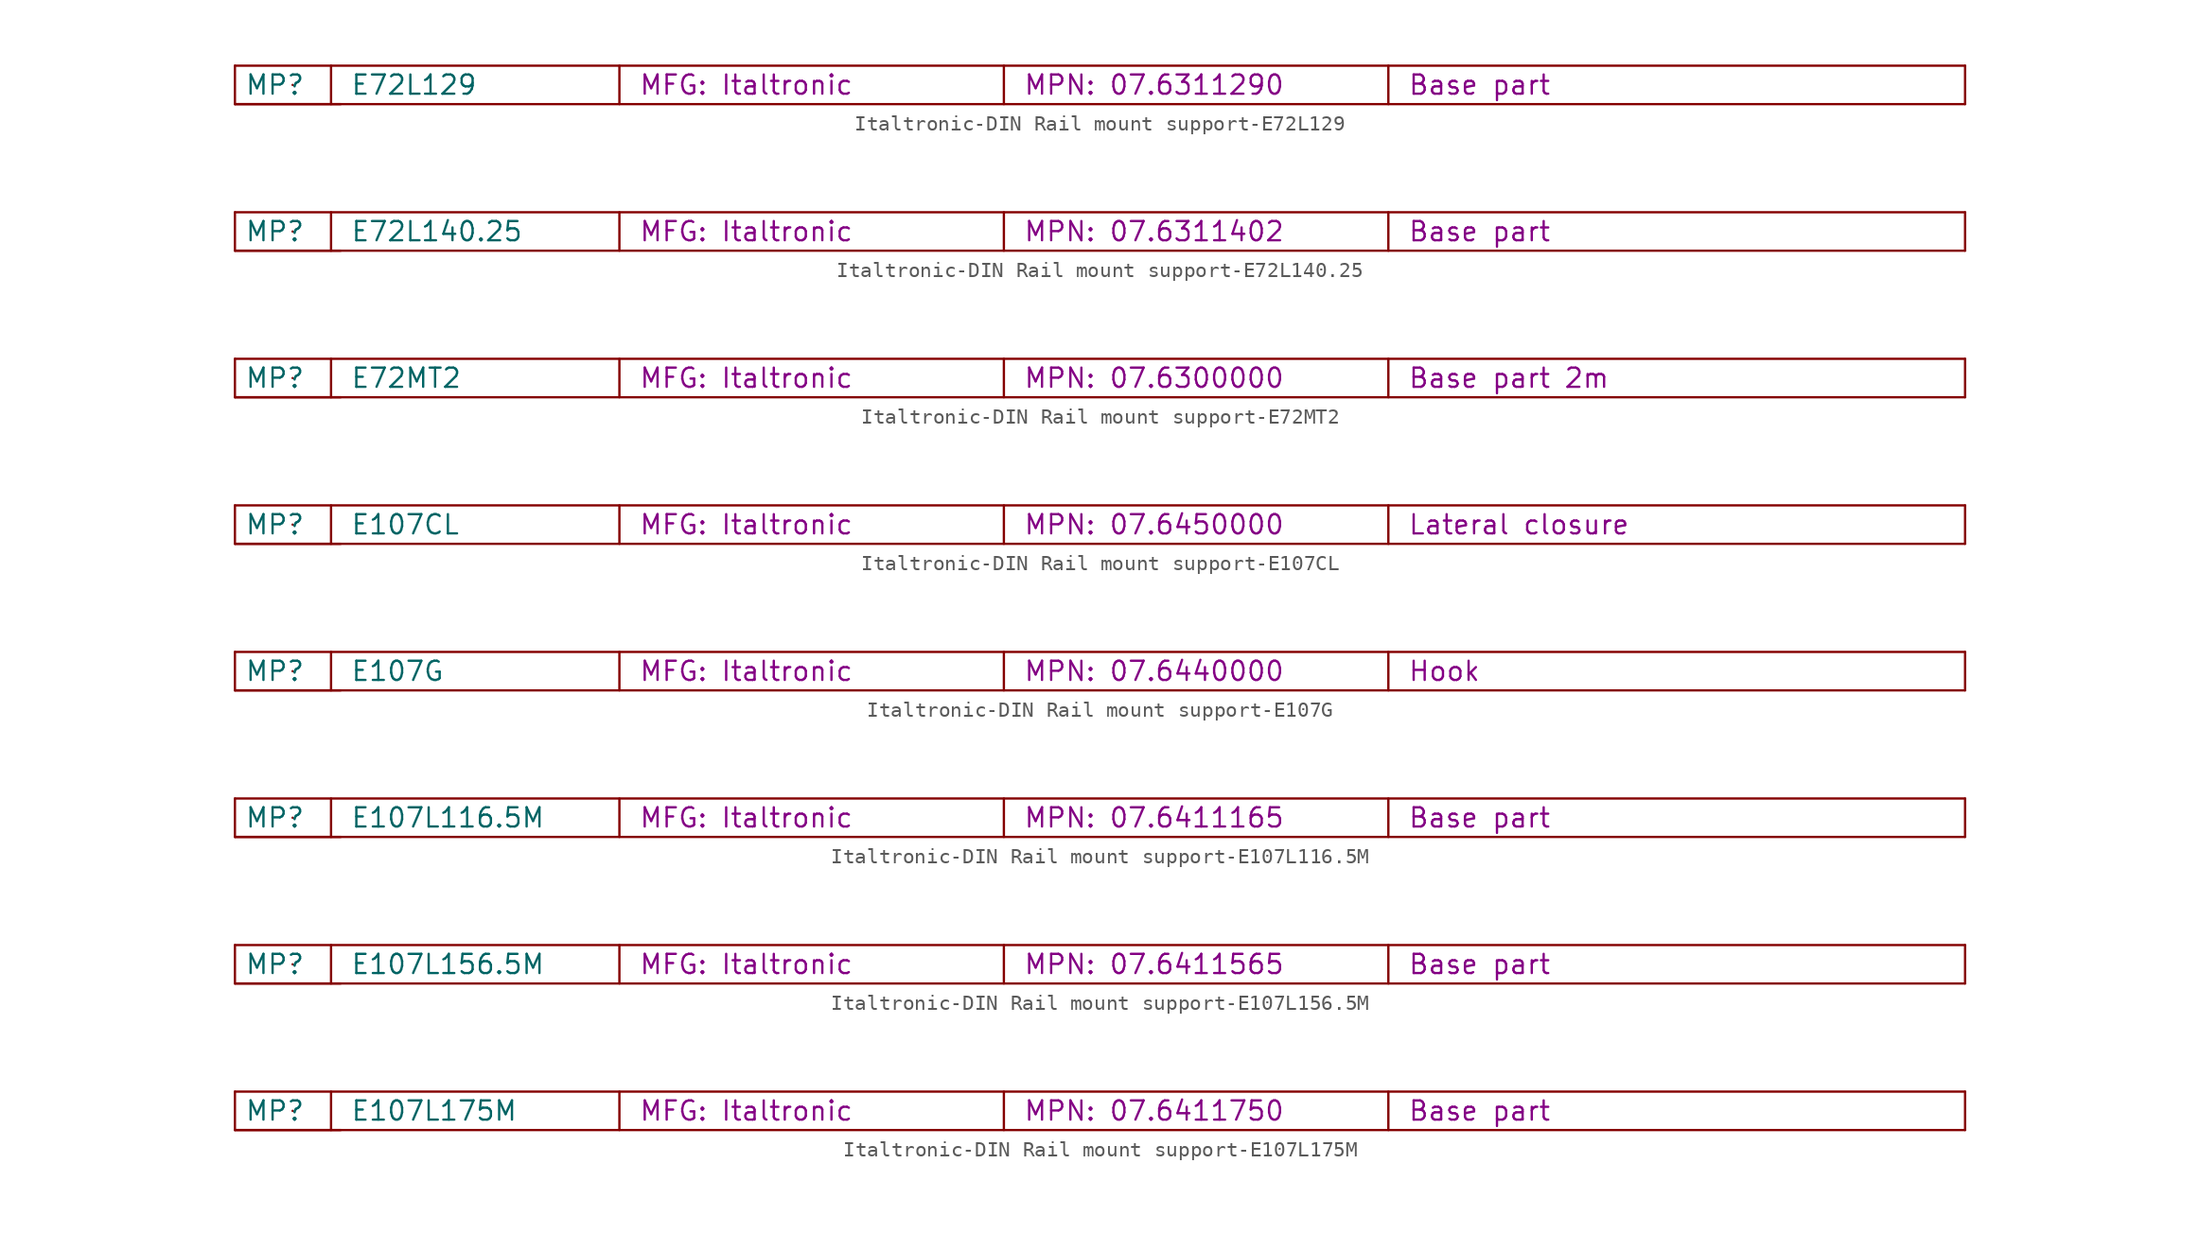
<source format=kicad_sym>
(kicad_symbol_lib
  (version 20241209)
  (generator "kicad_symbol_editor")
  (generator_version "9.0")
  (symbol "Italtronic-DIN Rail mount support-E72L129"
    (pin_numbers
      (hide yes))
    (pin_names
      (offset 0)
      (hide yes))
    (property "Reference" "MP"
      (at 0.635 1.27 0)
      (do_not_autoplace)
      (effects (font (size 1.27 1.27)) (justify left)))
    (property "Value" "E72L129"
      (at 7.62 1.27 0)
      (do_not_autoplace)
      (effects (font (size 1.27 1.27)) (justify left)))
    (property "MFG" "Italtronic"
      (at 26.67 1.27 0)
      (show_name)
      (do_not_autoplace)
      (effects (font (size 1.27 1.27)) (justify left)))
    (property "MPN" "07.6311290"
      (at 52.07 1.27 0)
      (show_name)
      (do_not_autoplace)
      (effects (font (size 1.27 1.27)) (justify left)))
    (property "Z-SYSCODE" ""
      (at 6.985 1.27 0)
      (do_not_autoplace)
      (effects (font (size 1.27 1.27)) (justify left)))
    (property "Comment" "Base part"
      (at 77.47 1.27 0)
      (effects (font (size 1.27 1.27)) (justify left)))
    (symbol "Italtronic-DIN Rail mount support-E72L129_0_1"
      (polyline (pts (xy 0 0) (xy 0 2.54)) (stroke (width 0.152) (type default)) (fill (type none)))
      (rectangle (start 3.81 1.27) (end 3.81 1.27) (stroke (width 0.152) (type default)) (fill (type none)))
      (polyline (pts (xy 6.35 0) (xy 6.35 2.54)) (stroke (width 0.152) (type default)) (fill (type none)))
      (polyline (pts (xy 6.985 0) (xy 0 0)) (stroke (width 0.152) (type default)) (fill (type none)))
      (polyline (pts (xy 25.4 0) (xy 25.4 2.54)) (stroke (width 0.152) (type default)) (fill (type none)))
      (polyline (pts (xy 50.8 0) (xy 50.8 2.54)) (stroke (width 0.152) (type default)) (fill (type none)))
      (polyline (pts (xy 76.2 0) (xy 76.2 2.54)) (stroke (width 0.152) (type default)) (fill (type none)))
      (polyline (pts (xy 114.3 2.54) (xy 0 2.54)) (stroke (width 0.152) (type default)) (fill (type none)))
      (polyline (pts (xy 114.3 0) (xy 0 0)) (stroke (width 0.152) (type default)) (fill (type none)))
      (polyline (pts (xy 114.3 0) (xy 114.3 2.54)) (stroke (width 0.152) (type default)) (fill (type none)))))
  (symbol "Italtronic-DIN Rail mount support-E72L140.25"
    (pin_numbers
      (hide yes))
    (pin_names
      (offset 0)
      (hide yes))
    (property "Reference" "MP"
      (at 0.635 1.27 0)
      (do_not_autoplace)
      (effects (font (size 1.27 1.27)) (justify left)))
    (property "Value" "E72L140.25"
      (at 7.62 1.27 0)
      (do_not_autoplace)
      (effects (font (size 1.27 1.27)) (justify left)))
    (property "MFG" "Italtronic"
      (at 26.67 1.27 0)
      (show_name)
      (do_not_autoplace)
      (effects (font (size 1.27 1.27)) (justify left)))
    (property "MPN" "07.6311402"
      (at 52.07 1.27 0)
      (show_name)
      (do_not_autoplace)
      (effects (font (size 1.27 1.27)) (justify left)))
    (property "Z-SYSCODE" ""
      (at 6.985 1.27 0)
      (do_not_autoplace)
      (effects (font (size 1.27 1.27)) (justify left)))
    (property "Comment" "Base part"
      (at 77.47 1.27 0)
      (effects (font (size 1.27 1.27)) (justify left)))
    (symbol "Italtronic-DIN Rail mount support-E72L140.25_0_1"
      (polyline (pts (xy 0 0) (xy 0 2.54)) (stroke (width 0.152) (type default)) (fill (type none)))
      (rectangle (start 3.81 1.27) (end 3.81 1.27) (stroke (width 0.152) (type default)) (fill (type none)))
      (polyline (pts (xy 6.35 0) (xy 6.35 2.54)) (stroke (width 0.152) (type default)) (fill (type none)))
      (polyline (pts (xy 6.985 0) (xy 0 0)) (stroke (width 0.152) (type default)) (fill (type none)))
      (polyline (pts (xy 25.4 0) (xy 25.4 2.54)) (stroke (width 0.152) (type default)) (fill (type none)))
      (polyline (pts (xy 50.8 0) (xy 50.8 2.54)) (stroke (width 0.152) (type default)) (fill (type none)))
      (polyline (pts (xy 76.2 0) (xy 76.2 2.54)) (stroke (width 0.152) (type default)) (fill (type none)))
      (polyline (pts (xy 114.3 2.54) (xy 0 2.54)) (stroke (width 0.152) (type default)) (fill (type none)))
      (polyline (pts (xy 114.3 0) (xy 0 0)) (stroke (width 0.152) (type default)) (fill (type none)))
      (polyline (pts (xy 114.3 0) (xy 114.3 2.54)) (stroke (width 0.152) (type default)) (fill (type none)))))
  (symbol "Italtronic-DIN Rail mount support-E72MT2"
    (pin_numbers
      (hide yes))
    (pin_names
      (offset 0)
      (hide yes))
    (property "Reference" "MP"
      (at 0.635 1.27 0)
      (do_not_autoplace)
      (effects (font (size 1.27 1.27)) (justify left)))
    (property "Value" "E72MT2"
      (at 7.62 1.27 0)
      (do_not_autoplace)
      (effects (font (size 1.27 1.27)) (justify left)))
    (property "MFG" "Italtronic"
      (at 26.67 1.27 0)
      (show_name)
      (do_not_autoplace)
      (effects (font (size 1.27 1.27)) (justify left)))
    (property "MPN" "07.6300000"
      (at 52.07 1.27 0)
      (show_name)
      (do_not_autoplace)
      (effects (font (size 1.27 1.27)) (justify left)))
    (property "Z-SYSCODE" ""
      (at 6.985 1.27 0)
      (do_not_autoplace)
      (effects (font (size 1.27 1.27)) (justify left)))
    (property "Comment" "Base part 2m"
      (at 77.47 1.27 0)
      (effects (font (size 1.27 1.27)) (justify left)))
    (symbol "Italtronic-DIN Rail mount support-E72MT2_0_1"
      (polyline (pts (xy 0 0) (xy 0 2.54)) (stroke (width 0.152) (type default)) (fill (type none)))
      (rectangle (start 3.81 1.27) (end 3.81 1.27) (stroke (width 0.152) (type default)) (fill (type none)))
      (polyline (pts (xy 6.35 0) (xy 6.35 2.54)) (stroke (width 0.152) (type default)) (fill (type none)))
      (polyline (pts (xy 6.985 0) (xy 0 0)) (stroke (width 0.152) (type default)) (fill (type none)))
      (polyline (pts (xy 25.4 0) (xy 25.4 2.54)) (stroke (width 0.152) (type default)) (fill (type none)))
      (polyline (pts (xy 50.8 0) (xy 50.8 2.54)) (stroke (width 0.152) (type default)) (fill (type none)))
      (polyline (pts (xy 76.2 0) (xy 76.2 2.54)) (stroke (width 0.152) (type default)) (fill (type none)))
      (polyline (pts (xy 114.3 2.54) (xy 0 2.54)) (stroke (width 0.152) (type default)) (fill (type none)))
      (polyline (pts (xy 114.3 0) (xy 0 0)) (stroke (width 0.152) (type default)) (fill (type none)))
      (polyline (pts (xy 114.3 0) (xy 114.3 2.54)) (stroke (width 0.152) (type default)) (fill (type none)))))
  (symbol "Italtronic-DIN Rail mount support-E107CL"
    (pin_numbers
      (hide yes))
    (pin_names
      (offset 0)
      (hide yes))
    (property "Reference" "MP"
      (at 0.635 1.27 0)
      (do_not_autoplace)
      (effects (font (size 1.27 1.27)) (justify left)))
    (property "Value" "E107CL"
      (at 7.62 1.27 0)
      (do_not_autoplace)
      (effects (font (size 1.27 1.27)) (justify left)))
    (property "MFG" "Italtronic"
      (at 26.67 1.27 0)
      (show_name)
      (do_not_autoplace)
      (effects (font (size 1.27 1.27)) (justify left)))
    (property "MPN" "07.6450000"
      (at 52.07 1.27 0)
      (show_name)
      (do_not_autoplace)
      (effects (font (size 1.27 1.27)) (justify left)))
    (property "Z-SYSCODE" ""
      (at 6.985 1.27 0)
      (do_not_autoplace)
      (effects (font (size 1.27 1.27)) (justify left)))
    (property "Comment" "Lateral closure"
      (at 77.47 1.27 0)
      (effects (font (size 1.27 1.27)) (justify left)))
    (symbol "Italtronic-DIN Rail mount support-E107CL_0_1"
      (polyline (pts (xy 0 0) (xy 0 2.54)) (stroke (width 0.152) (type default)) (fill (type none)))
      (rectangle (start 3.81 1.27) (end 3.81 1.27) (stroke (width 0.152) (type default)) (fill (type none)))
      (polyline (pts (xy 6.35 0) (xy 6.35 2.54)) (stroke (width 0.152) (type default)) (fill (type none)))
      (polyline (pts (xy 6.985 0) (xy 0 0)) (stroke (width 0.152) (type default)) (fill (type none)))
      (polyline (pts (xy 25.4 0) (xy 25.4 2.54)) (stroke (width 0.152) (type default)) (fill (type none)))
      (polyline (pts (xy 50.8 0) (xy 50.8 2.54)) (stroke (width 0.152) (type default)) (fill (type none)))
      (polyline (pts (xy 76.2 0) (xy 76.2 2.54)) (stroke (width 0.152) (type default)) (fill (type none)))
      (polyline (pts (xy 114.3 2.54) (xy 0 2.54)) (stroke (width 0.152) (type default)) (fill (type none)))
      (polyline (pts (xy 114.3 0) (xy 0 0)) (stroke (width 0.152) (type default)) (fill (type none)))
      (polyline (pts (xy 114.3 0) (xy 114.3 2.54)) (stroke (width 0.152) (type default)) (fill (type none)))))
  (symbol "Italtronic-DIN Rail mount support-E107G"
    (pin_numbers
      (hide yes))
    (pin_names
      (offset 0)
      (hide yes))
    (property "Reference" "MP"
      (at 0.635 1.27 0)
      (do_not_autoplace)
      (effects (font (size 1.27 1.27)) (justify left)))
    (property "Value" "E107G"
      (at 7.62 1.27 0)
      (do_not_autoplace)
      (effects (font (size 1.27 1.27)) (justify left)))
    (property "MFG" "Italtronic"
      (at 26.67 1.27 0)
      (show_name)
      (do_not_autoplace)
      (effects (font (size 1.27 1.27)) (justify left)))
    (property "MPN" "07.6440000"
      (at 52.07 1.27 0)
      (show_name)
      (do_not_autoplace)
      (effects (font (size 1.27 1.27)) (justify left)))
    (property "Z-SYSCODE" ""
      (at 6.985 1.27 0)
      (do_not_autoplace)
      (effects (font (size 1.27 1.27)) (justify left)))
    (property "Comment" "Hook"
      (at 77.47 1.27 0)
      (effects (font (size 1.27 1.27)) (justify left)))
    (symbol "Italtronic-DIN Rail mount support-E107G_0_1"
      (polyline (pts (xy 0 0) (xy 0 2.54)) (stroke (width 0.152) (type default)) (fill (type none)))
      (rectangle (start 3.81 1.27) (end 3.81 1.27) (stroke (width 0.152) (type default)) (fill (type none)))
      (polyline (pts (xy 6.35 0) (xy 6.35 2.54)) (stroke (width 0.152) (type default)) (fill (type none)))
      (polyline (pts (xy 6.985 0) (xy 0 0)) (stroke (width 0.152) (type default)) (fill (type none)))
      (polyline (pts (xy 25.4 0) (xy 25.4 2.54)) (stroke (width 0.152) (type default)) (fill (type none)))
      (polyline (pts (xy 50.8 0) (xy 50.8 2.54)) (stroke (width 0.152) (type default)) (fill (type none)))
      (polyline (pts (xy 76.2 0) (xy 76.2 2.54)) (stroke (width 0.152) (type default)) (fill (type none)))
      (polyline (pts (xy 114.3 2.54) (xy 0 2.54)) (stroke (width 0.152) (type default)) (fill (type none)))
      (polyline (pts (xy 114.3 0) (xy 0 0)) (stroke (width 0.152) (type default)) (fill (type none)))
      (polyline (pts (xy 114.3 0) (xy 114.3 2.54)) (stroke (width 0.152) (type default)) (fill (type none)))))
  (symbol "Italtronic-DIN Rail mount support-E107L116.5M"
    (pin_numbers
      (hide yes))
    (pin_names
      (offset 0)
      (hide yes))
    (property "Reference" "MP"
      (at 0.635 1.27 0)
      (do_not_autoplace)
      (effects (font (size 1.27 1.27)) (justify left)))
    (property "Value" "E107L116.5M"
      (at 7.62 1.27 0)
      (do_not_autoplace)
      (effects (font (size 1.27 1.27)) (justify left)))
    (property "MFG" "Italtronic"
      (at 26.67 1.27 0)
      (show_name)
      (do_not_autoplace)
      (effects (font (size 1.27 1.27)) (justify left)))
    (property "MPN" "07.6411165"
      (at 52.07 1.27 0)
      (show_name)
      (do_not_autoplace)
      (effects (font (size 1.27 1.27)) (justify left)))
    (property "Z-SYSCODE" ""
      (at 6.985 1.27 0)
      (do_not_autoplace)
      (effects (font (size 1.27 1.27)) (justify left)))
    (property "Comment" "Base part"
      (at 77.47 1.27 0)
      (effects (font (size 1.27 1.27)) (justify left)))
    (symbol "Italtronic-DIN Rail mount support-E107L116.5M_0_1"
      (polyline (pts (xy 0 0) (xy 0 2.54)) (stroke (width 0.152) (type default)) (fill (type none)))
      (rectangle (start 3.81 1.27) (end 3.81 1.27) (stroke (width 0.152) (type default)) (fill (type none)))
      (polyline (pts (xy 6.35 0) (xy 6.35 2.54)) (stroke (width 0.152) (type default)) (fill (type none)))
      (polyline (pts (xy 6.985 0) (xy 0 0)) (stroke (width 0.152) (type default)) (fill (type none)))
      (polyline (pts (xy 25.4 0) (xy 25.4 2.54)) (stroke (width 0.152) (type default)) (fill (type none)))
      (polyline (pts (xy 50.8 0) (xy 50.8 2.54)) (stroke (width 0.152) (type default)) (fill (type none)))
      (polyline (pts (xy 76.2 0) (xy 76.2 2.54)) (stroke (width 0.152) (type default)) (fill (type none)))
      (polyline (pts (xy 114.3 2.54) (xy 0 2.54)) (stroke (width 0.152) (type default)) (fill (type none)))
      (polyline (pts (xy 114.3 0) (xy 0 0)) (stroke (width 0.152) (type default)) (fill (type none)))
      (polyline (pts (xy 114.3 0) (xy 114.3 2.54)) (stroke (width 0.152) (type default)) (fill (type none)))))
  (symbol "Italtronic-DIN Rail mount support-E107L156.5M"
    (pin_numbers
      (hide yes))
    (pin_names
      (offset 0)
      (hide yes))
    (property "Reference" "MP"
      (at 0.635 1.27 0)
      (do_not_autoplace)
      (effects (font (size 1.27 1.27)) (justify left)))
    (property "Value" "E107L156.5M"
      (at 7.62 1.27 0)
      (do_not_autoplace)
      (effects (font (size 1.27 1.27)) (justify left)))
    (property "MFG" "Italtronic"
      (at 26.67 1.27 0)
      (show_name)
      (do_not_autoplace)
      (effects (font (size 1.27 1.27)) (justify left)))
    (property "MPN" "07.6411565"
      (at 52.07 1.27 0)
      (show_name)
      (do_not_autoplace)
      (effects (font (size 1.27 1.27)) (justify left)))
    (property "Z-SYSCODE" ""
      (at 6.985 1.27 0)
      (do_not_autoplace)
      (effects (font (size 1.27 1.27)) (justify left)))
    (property "Comment" "Base part"
      (at 77.47 1.27 0)
      (effects (font (size 1.27 1.27)) (justify left)))
    (symbol "Italtronic-DIN Rail mount support-E107L156.5M_0_1"
      (polyline (pts (xy 0 0) (xy 0 2.54)) (stroke (width 0.152) (type default)) (fill (type none)))
      (rectangle (start 3.81 1.27) (end 3.81 1.27) (stroke (width 0.152) (type default)) (fill (type none)))
      (polyline (pts (xy 6.35 0) (xy 6.35 2.54)) (stroke (width 0.152) (type default)) (fill (type none)))
      (polyline (pts (xy 6.985 0) (xy 0 0)) (stroke (width 0.152) (type default)) (fill (type none)))
      (polyline (pts (xy 25.4 0) (xy 25.4 2.54)) (stroke (width 0.152) (type default)) (fill (type none)))
      (polyline (pts (xy 50.8 0) (xy 50.8 2.54)) (stroke (width 0.152) (type default)) (fill (type none)))
      (polyline (pts (xy 76.2 0) (xy 76.2 2.54)) (stroke (width 0.152) (type default)) (fill (type none)))
      (polyline (pts (xy 114.3 2.54) (xy 0 2.54)) (stroke (width 0.152) (type default)) (fill (type none)))
      (polyline (pts (xy 114.3 0) (xy 0 0)) (stroke (width 0.152) (type default)) (fill (type none)))
      (polyline (pts (xy 114.3 0) (xy 114.3 2.54)) (stroke (width 0.152) (type default)) (fill (type none)))))
  (symbol "Italtronic-DIN Rail mount support-E107L175M"
    (pin_numbers
      (hide yes))
    (pin_names
      (offset 0)
      (hide yes))
    (property "Reference" "MP"
      (at 0.635 1.27 0)
      (do_not_autoplace)
      (effects (font (size 1.27 1.27)) (justify left)))
    (property "Value" "E107L175M"
      (at 7.62 1.27 0)
      (do_not_autoplace)
      (effects (font (size 1.27 1.27)) (justify left)))
    (property "MFG" "Italtronic"
      (at 26.67 1.27 0)
      (show_name)
      (do_not_autoplace)
      (effects (font (size 1.27 1.27)) (justify left)))
    (property "MPN" "07.6411750"
      (at 52.07 1.27 0)
      (show_name)
      (do_not_autoplace)
      (effects (font (size 1.27 1.27)) (justify left)))
    (property "Z-SYSCODE" ""
      (at 6.985 1.27 0)
      (do_not_autoplace)
      (effects (font (size 1.27 1.27)) (justify left)))
    (property "Comment" "Base part"
      (at 77.47 1.27 0)
      (effects (font (size 1.27 1.27)) (justify left)))
    (symbol "Italtronic-DIN Rail mount support-E107L175M_0_1"
      (polyline (pts (xy 0 0) (xy 0 2.54)) (stroke (width 0.152) (type default)) (fill (type none)))
      (rectangle (start 3.81 1.27) (end 3.81 1.27) (stroke (width 0.152) (type default)) (fill (type none)))
      (polyline (pts (xy 6.35 0) (xy 6.35 2.54)) (stroke (width 0.152) (type default)) (fill (type none)))
      (polyline (pts (xy 6.985 0) (xy 0 0)) (stroke (width 0.152) (type default)) (fill (type none)))
      (polyline (pts (xy 25.4 0) (xy 25.4 2.54)) (stroke (width 0.152) (type default)) (fill (type none)))
      (polyline (pts (xy 50.8 0) (xy 50.8 2.54)) (stroke (width 0.152) (type default)) (fill (type none)))
      (polyline (pts (xy 76.2 0) (xy 76.2 2.54)) (stroke (width 0.152) (type default)) (fill (type none)))
      (polyline (pts (xy 114.3 2.54) (xy 0 2.54)) (stroke (width 0.152) (type default)) (fill (type none)))
      (polyline (pts (xy 114.3 0) (xy 0 0)) (stroke (width 0.152) (type default)) (fill (type none)))
      (polyline (pts (xy 114.3 0) (xy 114.3 2.54)) (stroke (width 0.152) (type default)) (fill (type none))))))
</source>
